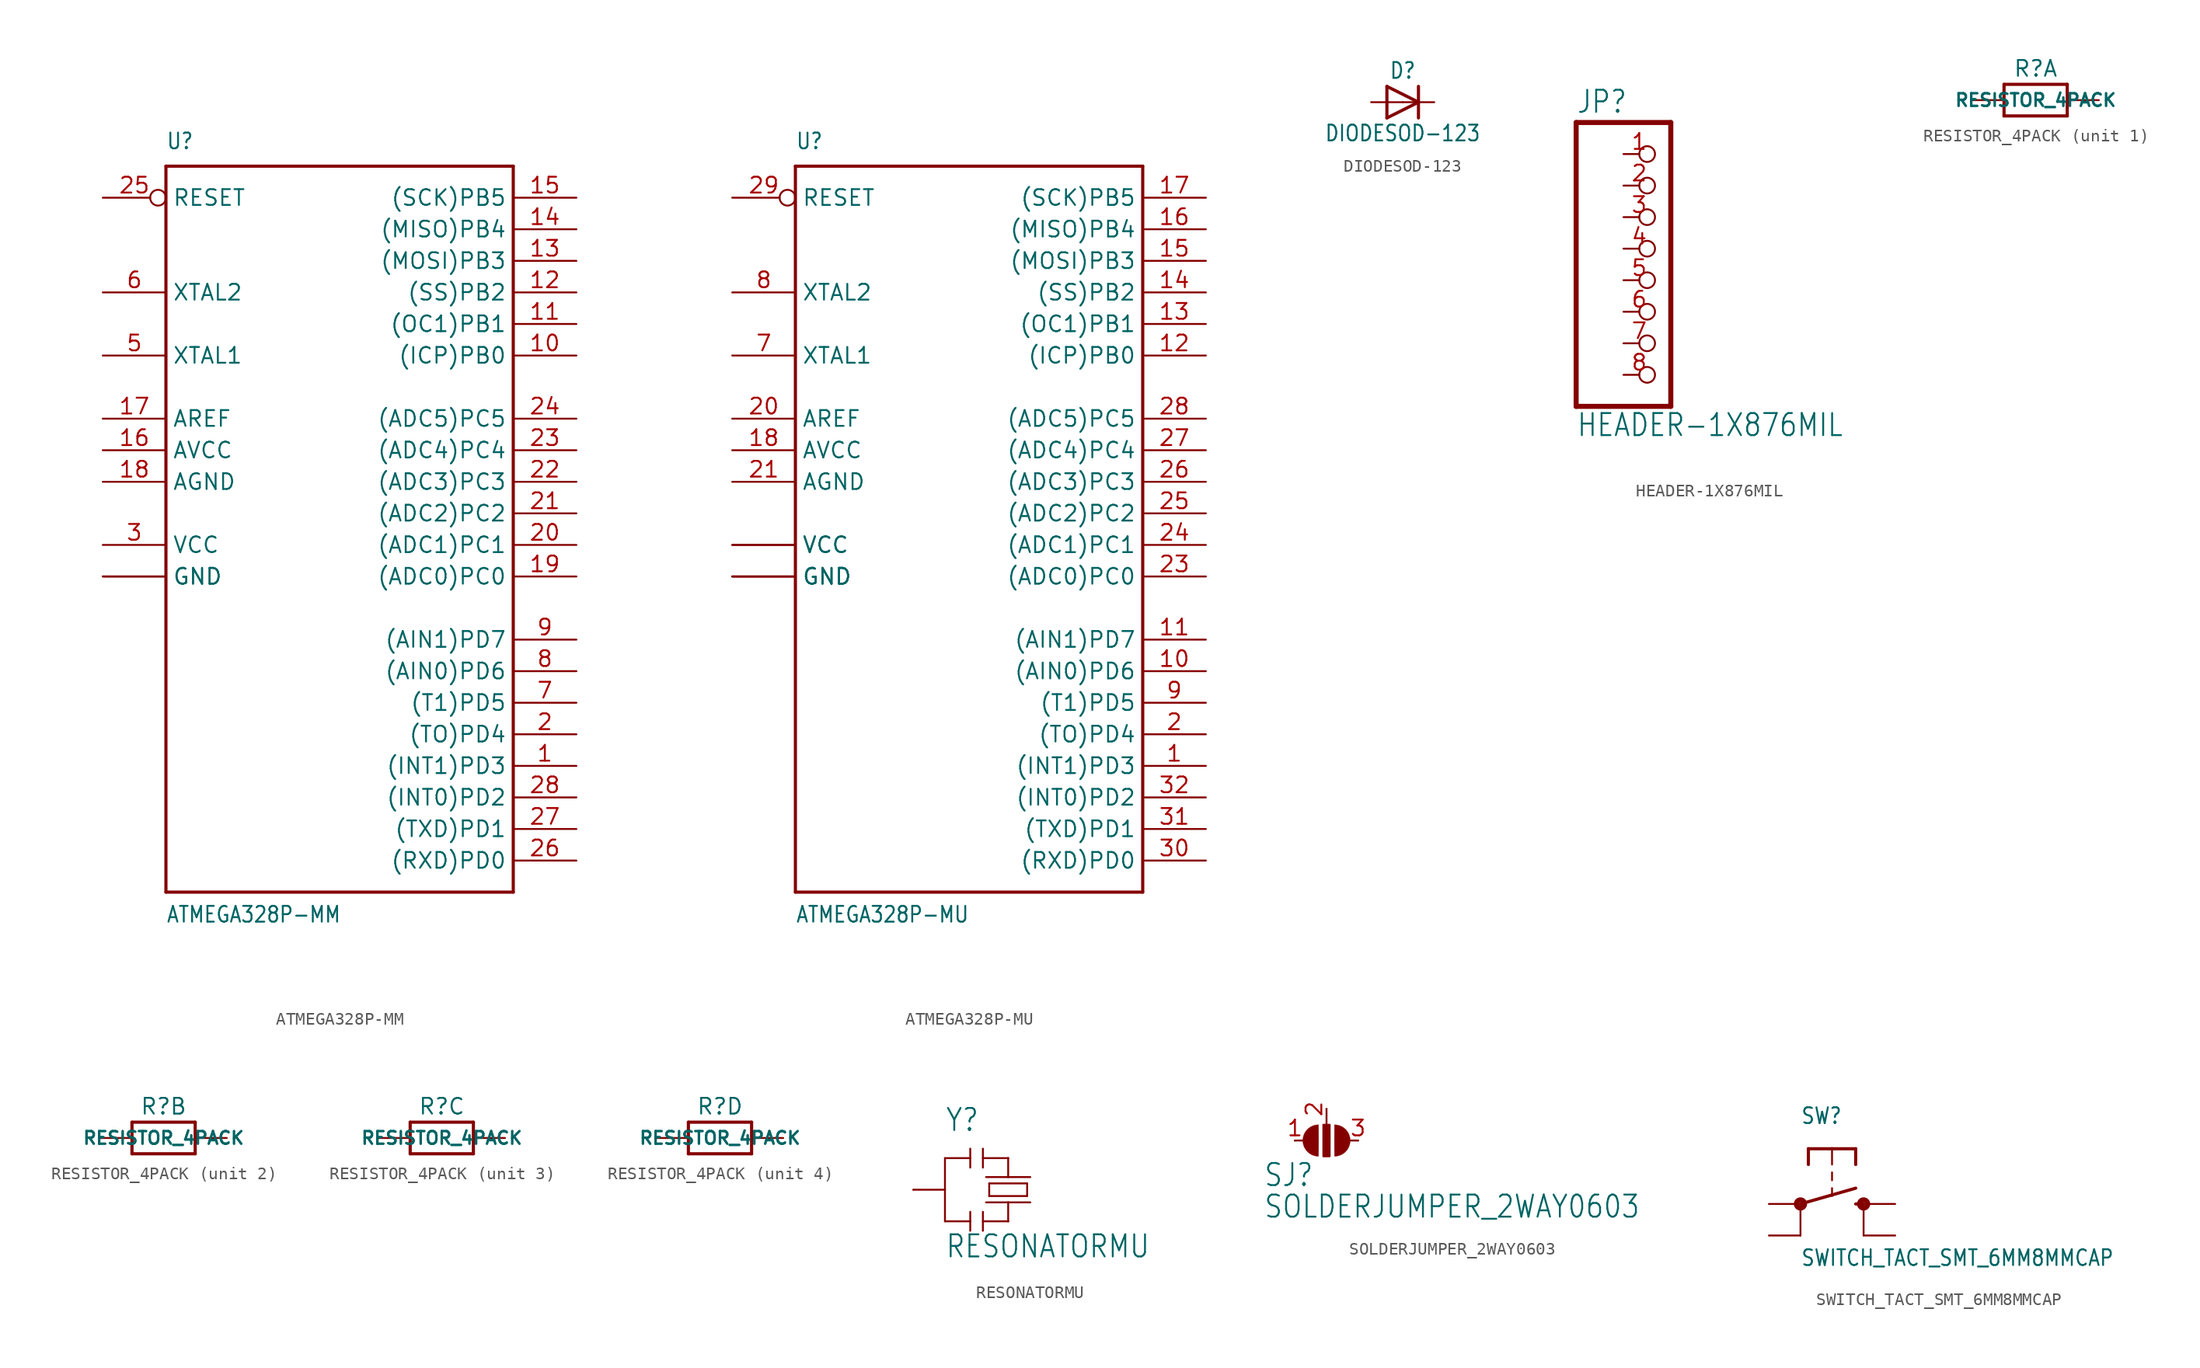
<source format=kicad_sym>
(kicad_symbol_lib
  (version 20211014)
  (generator kicad_symbol_editor)
  (symbol "ATMEGA328P-MM"
    (property "Reference" "U"
      (at -15.24 29.21 0)
      (effects (font (size 1.27 1.079)) (justify left bottom)))
    (property "Value" "ATMEGA328P-MM"
      (at -15.24 -33.02 0)
      (effects (font (size 1.27 1.079)) (justify left bottom)))
    (property "ki_locked" ""
      (at 0 0 0)
      (effects (font (size 1.27 1.27))))
    (symbol "ATMEGA328P-MM_1_0"
      (polyline (pts (xy -15.24 -30.48) (xy -15.24 27.94)) (stroke (width 0.254) (type default) (color 0 0 0 0)) (fill (type none)))
      (polyline (pts (xy -15.24 27.94) (xy 12.7 27.94)) (stroke (width 0.254) (type default) (color 0 0 0 0)) (fill (type none)))
      (polyline (pts (xy 12.7 -30.48) (xy -15.24 -30.48)) (stroke (width 0.254) (type default) (color 0 0 0 0)) (fill (type none)))
      (polyline (pts (xy 12.7 27.94) (xy 12.7 -30.48)) (stroke (width 0.254) (type default) (color 0 0 0 0)) (fill (type none)))
      (pin bidirectional line (at 17.78 -20.32 180) (length 5.08) (name "(INT1)PD3" (effects (font (size 1.27 1.27)))) (number "1" (effects (font (size 1.27 1.27)))))
      (pin bidirectional line (at 17.78 12.7 180) (length 5.08) (name "(ICP)PB0" (effects (font (size 1.27 1.27)))) (number "10" (effects (font (size 1.27 1.27)))))
      (pin bidirectional line (at 17.78 15.24 180) (length 5.08) (name "(OC1)PB1" (effects (font (size 1.27 1.27)))) (number "11" (effects (font (size 1.27 1.27)))))
      (pin bidirectional line (at 17.78 17.78 180) (length 5.08) (name "(SS)PB2" (effects (font (size 1.27 1.27)))) (number "12" (effects (font (size 1.27 1.27)))))
      (pin bidirectional line (at 17.78 20.32 180) (length 5.08) (name "(MOSI)PB3" (effects (font (size 1.27 1.27)))) (number "13" (effects (font (size 1.27 1.27)))))
      (pin bidirectional line (at 17.78 22.86 180) (length 5.08) (name "(MISO)PB4" (effects (font (size 1.27 1.27)))) (number "14" (effects (font (size 1.27 1.27)))))
      (pin bidirectional line (at 17.78 25.4 180) (length 5.08) (name "(SCK)PB5" (effects (font (size 1.27 1.27)))) (number "15" (effects (font (size 1.27 1.27)))))
      (pin power_in line (at -20.32 5.08 0) (length 5.08) (name "AVCC" (effects (font (size 1.27 1.27)))) (number "16" (effects (font (size 1.27 1.27)))))
      (pin power_in line (at -20.32 7.62 0) (length 5.08) (name "AREF" (effects (font (size 1.27 1.27)))) (number "17" (effects (font (size 1.27 1.27)))))
      (pin power_in line (at -20.32 2.54 0) (length 5.08) (name "AGND" (effects (font (size 1.27 1.27)))) (number "18" (effects (font (size 1.27 1.27)))))
      (pin bidirectional line (at 17.78 -5.08 180) (length 5.08) (name "(ADC0)PC0" (effects (font (size 1.27 1.27)))) (number "19" (effects (font (size 1.27 1.27)))))
      (pin bidirectional line (at 17.78 -17.78 180) (length 5.08) (name "(TO)PD4" (effects (font (size 1.27 1.27)))) (number "2" (effects (font (size 1.27 1.27)))))
      (pin bidirectional line (at 17.78 -2.54 180) (length 5.08) (name "(ADC1)PC1" (effects (font (size 1.27 1.27)))) (number "20" (effects (font (size 1.27 1.27)))))
      (pin bidirectional line (at 17.78 0 180) (length 5.08) (name "(ADC2)PC2" (effects (font (size 1.27 1.27)))) (number "21" (effects (font (size 1.27 1.27)))))
      (pin bidirectional line (at 17.78 2.54 180) (length 5.08) (name "(ADC3)PC3" (effects (font (size 1.27 1.27)))) (number "22" (effects (font (size 1.27 1.27)))))
      (pin bidirectional line (at 17.78 5.08 180) (length 5.08) (name "(ADC4)PC4" (effects (font (size 1.27 1.27)))) (number "23" (effects (font (size 1.27 1.27)))))
      (pin bidirectional line (at 17.78 7.62 180) (length 5.08) (name "(ADC5)PC5" (effects (font (size 1.27 1.27)))) (number "24" (effects (font (size 1.27 1.27)))))
      (pin bidirectional inverted (at -20.32 25.4 0) (length 5.08) (name "RESET" (effects (font (size 1.27 1.27)))) (number "25" (effects (font (size 1.27 1.27)))))
      (pin bidirectional line (at 17.78 -27.94 180) (length 5.08) (name "(RXD)PD0" (effects (font (size 1.27 1.27)))) (number "26" (effects (font (size 1.27 1.27)))))
      (pin bidirectional line (at 17.78 -25.4 180) (length 5.08) (name "(TXD)PD1" (effects (font (size 1.27 1.27)))) (number "27" (effects (font (size 1.27 1.27)))))
      (pin bidirectional line (at 17.78 -22.86 180) (length 5.08) (name "(INT0)PD2" (effects (font (size 1.27 1.27)))) (number "28" (effects (font (size 1.27 1.27)))))
      (pin power_in line (at -20.32 -5.08 0) (length 5.08) (name "GND" (effects (font (size 1.27 1.27)))) (number "29" (effects (font (size 0 0)))))
      (pin power_in line (at -20.32 -2.54 0) (length 5.08) (name "VCC" (effects (font (size 1.27 1.27)))) (number "3" (effects (font (size 1.27 1.27)))))
      (pin power_in line (at -20.32 -5.08 0) (length 5.08) (name "GND" (effects (font (size 1.27 1.27)))) (number "4" (effects (font (size 0 0)))))
      (pin bidirectional line (at -20.32 12.7 0) (length 5.08) (name "XTAL1" (effects (font (size 1.27 1.27)))) (number "5" (effects (font (size 1.27 1.27)))))
      (pin bidirectional line (at -20.32 17.78 0) (length 5.08) (name "XTAL2" (effects (font (size 1.27 1.27)))) (number "6" (effects (font (size 1.27 1.27)))))
      (pin bidirectional line (at 17.78 -15.24 180) (length 5.08) (name "(T1)PD5" (effects (font (size 1.27 1.27)))) (number "7" (effects (font (size 1.27 1.27)))))
      (pin bidirectional line (at 17.78 -12.7 180) (length 5.08) (name "(AIN0)PD6" (effects (font (size 1.27 1.27)))) (number "8" (effects (font (size 1.27 1.27)))))
      (pin bidirectional line (at 17.78 -10.16 180) (length 5.08) (name "(AIN1)PD7" (effects (font (size 1.27 1.27)))) (number "9" (effects (font (size 1.27 1.27)))))))
  (symbol "ATMEGA328P-MU"
    (property "Reference" "U"
      (at -15.24 29.21 0)
      (effects (font (size 1.27 1.079)) (justify left bottom)))
    (property "Value" "ATMEGA328P-MU"
      (at -15.24 -33.02 0)
      (effects (font (size 1.27 1.079)) (justify left bottom)))
    (property "ki_locked" ""
      (at 0 0 0)
      (effects (font (size 1.27 1.27))))
    (symbol "ATMEGA328P-MU_1_0"
      (polyline (pts (xy -15.24 -30.48) (xy -15.24 27.94)) (stroke (width 0.254) (type default) (color 0 0 0 0)) (fill (type none)))
      (polyline (pts (xy -15.24 27.94) (xy 12.7 27.94)) (stroke (width 0.254) (type default) (color 0 0 0 0)) (fill (type none)))
      (polyline (pts (xy 12.7 -30.48) (xy -15.24 -30.48)) (stroke (width 0.254) (type default) (color 0 0 0 0)) (fill (type none)))
      (polyline (pts (xy 12.7 27.94) (xy 12.7 -30.48)) (stroke (width 0.254) (type default) (color 0 0 0 0)) (fill (type none)))
      (pin bidirectional line (at 17.78 -20.32 180) (length 5.08) (name "(INT1)PD3" (effects (font (size 1.27 1.27)))) (number "1" (effects (font (size 1.27 1.27)))))
      (pin bidirectional line (at 17.78 -12.7 180) (length 5.08) (name "(AIN0)PD6" (effects (font (size 1.27 1.27)))) (number "10" (effects (font (size 1.27 1.27)))))
      (pin bidirectional line (at 17.78 -10.16 180) (length 5.08) (name "(AIN1)PD7" (effects (font (size 1.27 1.27)))) (number "11" (effects (font (size 1.27 1.27)))))
      (pin bidirectional line (at 17.78 12.7 180) (length 5.08) (name "(ICP)PB0" (effects (font (size 1.27 1.27)))) (number "12" (effects (font (size 1.27 1.27)))))
      (pin bidirectional line (at 17.78 15.24 180) (length 5.08) (name "(OC1)PB1" (effects (font (size 1.27 1.27)))) (number "13" (effects (font (size 1.27 1.27)))))
      (pin bidirectional line (at 17.78 17.78 180) (length 5.08) (name "(SS)PB2" (effects (font (size 1.27 1.27)))) (number "14" (effects (font (size 1.27 1.27)))))
      (pin bidirectional line (at 17.78 20.32 180) (length 5.08) (name "(MOSI)PB3" (effects (font (size 1.27 1.27)))) (number "15" (effects (font (size 1.27 1.27)))))
      (pin bidirectional line (at 17.78 22.86 180) (length 5.08) (name "(MISO)PB4" (effects (font (size 1.27 1.27)))) (number "16" (effects (font (size 1.27 1.27)))))
      (pin bidirectional line (at 17.78 25.4 180) (length 5.08) (name "(SCK)PB5" (effects (font (size 1.27 1.27)))) (number "17" (effects (font (size 1.27 1.27)))))
      (pin power_in line (at -20.32 5.08 0) (length 5.08) (name "AVCC" (effects (font (size 1.27 1.27)))) (number "18" (effects (font (size 1.27 1.27)))))
      (pin bidirectional line (at 17.78 -17.78 180) (length 5.08) (name "(TO)PD4" (effects (font (size 1.27 1.27)))) (number "2" (effects (font (size 1.27 1.27)))))
      (pin power_in line (at -20.32 7.62 0) (length 5.08) (name "AREF" (effects (font (size 1.27 1.27)))) (number "20" (effects (font (size 1.27 1.27)))))
      (pin power_in line (at -20.32 2.54 0) (length 5.08) (name "AGND" (effects (font (size 1.27 1.27)))) (number "21" (effects (font (size 1.27 1.27)))))
      (pin bidirectional line (at 17.78 -5.08 180) (length 5.08) (name "(ADC0)PC0" (effects (font (size 1.27 1.27)))) (number "23" (effects (font (size 1.27 1.27)))))
      (pin bidirectional line (at 17.78 -2.54 180) (length 5.08) (name "(ADC1)PC1" (effects (font (size 1.27 1.27)))) (number "24" (effects (font (size 1.27 1.27)))))
      (pin bidirectional line (at 17.78 0 180) (length 5.08) (name "(ADC2)PC2" (effects (font (size 1.27 1.27)))) (number "25" (effects (font (size 1.27 1.27)))))
      (pin bidirectional line (at 17.78 2.54 180) (length 5.08) (name "(ADC3)PC3" (effects (font (size 1.27 1.27)))) (number "26" (effects (font (size 1.27 1.27)))))
      (pin bidirectional line (at 17.78 5.08 180) (length 5.08) (name "(ADC4)PC4" (effects (font (size 1.27 1.27)))) (number "27" (effects (font (size 1.27 1.27)))))
      (pin bidirectional line (at 17.78 7.62 180) (length 5.08) (name "(ADC5)PC5" (effects (font (size 1.27 1.27)))) (number "28" (effects (font (size 1.27 1.27)))))
      (pin bidirectional inverted (at -20.32 25.4 0) (length 5.08) (name "RESET" (effects (font (size 1.27 1.27)))) (number "29" (effects (font (size 1.27 1.27)))))
      (pin power_in line (at -20.32 -5.08 0) (length 5.08) (name "GND" (effects (font (size 1.27 1.27)))) (number "3" (effects (font (size 0 0)))))
      (pin bidirectional line (at 17.78 -27.94 180) (length 5.08) (name "(RXD)PD0" (effects (font (size 1.27 1.27)))) (number "30" (effects (font (size 1.27 1.27)))))
      (pin bidirectional line (at 17.78 -25.4 180) (length 5.08) (name "(TXD)PD1" (effects (font (size 1.27 1.27)))) (number "31" (effects (font (size 1.27 1.27)))))
      (pin bidirectional line (at 17.78 -22.86 180) (length 5.08) (name "(INT0)PD2" (effects (font (size 1.27 1.27)))) (number "32" (effects (font (size 1.27 1.27)))))
      (pin power_in line (at -20.32 -2.54 0) (length 5.08) (name "VCC" (effects (font (size 1.27 1.27)))) (number "4" (effects (font (size 0 0)))))
      (pin power_in line (at -20.32 -5.08 0) (length 5.08) (name "GND" (effects (font (size 1.27 1.27)))) (number "5" (effects (font (size 0 0)))))
      (pin power_in line (at -20.32 -2.54 0) (length 5.08) (name "VCC" (effects (font (size 1.27 1.27)))) (number "6" (effects (font (size 0 0)))))
      (pin bidirectional line (at -20.32 12.7 0) (length 5.08) (name "XTAL1" (effects (font (size 1.27 1.27)))) (number "7" (effects (font (size 1.27 1.27)))))
      (pin bidirectional line (at -20.32 17.78 0) (length 5.08) (name "XTAL2" (effects (font (size 1.27 1.27)))) (number "8" (effects (font (size 1.27 1.27)))))
      (pin bidirectional line (at 17.78 -15.24 180) (length 5.08) (name "(T1)PD5" (effects (font (size 1.27 1.27)))) (number "9" (effects (font (size 1.27 1.27)))))
      (pin power_in line (at -20.32 -5.08 0) (length 5.08) (name "GND" (effects (font (size 1.27 1.27)))) (number "TH" (effects (font (size 0 0)))))))
  (symbol "DIODESOD-123"
    (property "Reference" "D"
      (at 0 2.54 0)
      (effects (font (size 1.27 1.079))))
    (property "Value" "DIODESOD-123"
      (at 0 -2.5 0)
      (effects (font (size 1.27 1.079))))
    (property "ki_locked" ""
      (at 0 0 0)
      (effects (font (size 1.27 1.27))))
    (symbol "DIODESOD-123_1_0"
      (polyline (pts (xy -1.27 -1.27) (xy 1.27 0)) (stroke (width 0.254) (type default) (color 0 0 0 0)) (fill (type none)))
      (polyline (pts (xy -1.27 1.27) (xy -1.27 -1.27)) (stroke (width 0.254) (type default) (color 0 0 0 0)) (fill (type none)))
      (polyline (pts (xy 1.27 0) (xy -1.27 1.27)) (stroke (width 0.254) (type default) (color 0 0 0 0)) (fill (type none)))
      (polyline (pts (xy 1.27 0) (xy 1.27 -1.27)) (stroke (width 0.254) (type default) (color 0 0 0 0)) (fill (type none)))
      (polyline (pts (xy 1.27 1.27) (xy 1.27 0)) (stroke (width 0.254) (type default) (color 0 0 0 0)) (fill (type none)))
      (pin passive line (at -2.54 0 0) (length 2.54) (name "A" (effects (font (size 0 0)))) (number "A" (effects (font (size 0 0)))))
      (pin passive line (at 2.54 0 180) (length 2.54) (name "C" (effects (font (size 0 0)))) (number "C" (effects (font (size 0 0)))))))
  (symbol "HEADER-1X876MIL"
    (property "Reference" "JP"
      (at -6.35 13.335 0)
      (effects (font (size 1.778 1.511)) (justify left bottom)))
    (property "Value" "HEADER-1X876MIL"
      (at -6.35 -12.7 0)
      (effects (font (size 1.778 1.511)) (justify left bottom)))
    (property "ki_locked" ""
      (at 0 0 0)
      (effects (font (size 1.27 1.27))))
    (symbol "HEADER-1X876MIL_1_0"
      (polyline (pts (xy -6.35 -10.16) (xy 1.27 -10.16)) (stroke (width 0.406) (type default) (color 0 0 0 0)) (fill (type none)))
      (polyline (pts (xy -6.35 12.7) (xy -6.35 -10.16)) (stroke (width 0.406) (type default) (color 0 0 0 0)) (fill (type none)))
      (polyline (pts (xy 1.27 -10.16) (xy 1.27 12.7)) (stroke (width 0.406) (type default) (color 0 0 0 0)) (fill (type none)))
      (polyline (pts (xy 1.27 12.7) (xy -6.35 12.7)) (stroke (width 0.406) (type default) (color 0 0 0 0)) (fill (type none)))
      (pin passive inverted (at -2.54 10.16 0) (length 2.54) (name "1" (effects (font (size 0 0)))) (number "1" (effects (font (size 1.27 1.27)))))
      (pin passive inverted (at -2.54 7.62 0) (length 2.54) (name "2" (effects (font (size 0 0)))) (number "2" (effects (font (size 1.27 1.27)))))
      (pin passive inverted (at -2.54 5.08 0) (length 2.54) (name "3" (effects (font (size 0 0)))) (number "3" (effects (font (size 1.27 1.27)))))
      (pin passive inverted (at -2.54 2.54 0) (length 2.54) (name "4" (effects (font (size 0 0)))) (number "4" (effects (font (size 1.27 1.27)))))
      (pin passive inverted (at -2.54 0 0) (length 2.54) (name "5" (effects (font (size 0 0)))) (number "5" (effects (font (size 1.27 1.27)))))
      (pin passive inverted (at -2.54 -2.54 0) (length 2.54) (name "6" (effects (font (size 0 0)))) (number "6" (effects (font (size 1.27 1.27)))))
      (pin passive inverted (at -2.54 -5.08 0) (length 2.54) (name "7" (effects (font (size 0 0)))) (number "7" (effects (font (size 1.27 1.27)))))
      (pin passive inverted (at -2.54 -7.62 0) (length 2.54) (name "8" (effects (font (size 0 0)))) (number "8" (effects (font (size 1.27 1.27)))))))
  (symbol "RESISTOR_4PACK"
    (property "Reference" "R"
      (at 0 2.54 0)
      (effects (font (size 1.27 1.27))))
    (property "Value" "RESISTOR_4PACK"
      (at 0 0 0)
      (effects (font (size 1.016 1.016) bold)))
    (property "ki_locked" ""
      (at 0 0 0)
      (effects (font (size 1.27 1.27))))
    (symbol "RESISTOR_4PACK_1_0"
      (polyline (pts (xy -2.54 -1.27) (xy -2.54 1.27)) (stroke (width 0.254) (type default) (color 0 0 0 0)) (fill (type none)))
      (polyline (pts (xy -2.54 1.27) (xy 2.54 1.27)) (stroke (width 0.254) (type default) (color 0 0 0 0)) (fill (type none)))
      (polyline (pts (xy 2.54 -1.27) (xy -2.54 -1.27)) (stroke (width 0.254) (type default) (color 0 0 0 0)) (fill (type none)))
      (polyline (pts (xy 2.54 1.27) (xy 2.54 -1.27)) (stroke (width 0.254) (type default) (color 0 0 0 0)) (fill (type none)))
      (pin passive line (at -5.08 0 0) (length 2.54) (name "1" (effects (font (size 0 0)))) (number "1" (effects (font (size 0 0)))))
      (pin passive line (at 5.08 0 180) (length 2.54) (name "2" (effects (font (size 0 0)))) (number "8" (effects (font (size 0 0))))))
    (symbol "RESISTOR_4PACK_2_0"
      (polyline (pts (xy -2.54 -1.27) (xy -2.54 1.27)) (stroke (width 0.254) (type default) (color 0 0 0 0)) (fill (type none)))
      (polyline (pts (xy -2.54 1.27) (xy 2.54 1.27)) (stroke (width 0.254) (type default) (color 0 0 0 0)) (fill (type none)))
      (polyline (pts (xy 2.54 -1.27) (xy -2.54 -1.27)) (stroke (width 0.254) (type default) (color 0 0 0 0)) (fill (type none)))
      (polyline (pts (xy 2.54 1.27) (xy 2.54 -1.27)) (stroke (width 0.254) (type default) (color 0 0 0 0)) (fill (type none)))
      (pin passive line (at -5.08 0 0) (length 2.54) (name "1" (effects (font (size 0 0)))) (number "2" (effects (font (size 0 0)))))
      (pin passive line (at 5.08 0 180) (length 2.54) (name "2" (effects (font (size 0 0)))) (number "7" (effects (font (size 0 0))))))
    (symbol "RESISTOR_4PACK_3_0"
      (polyline (pts (xy -2.54 -1.27) (xy -2.54 1.27)) (stroke (width 0.254) (type default) (color 0 0 0 0)) (fill (type none)))
      (polyline (pts (xy -2.54 1.27) (xy 2.54 1.27)) (stroke (width 0.254) (type default) (color 0 0 0 0)) (fill (type none)))
      (polyline (pts (xy 2.54 -1.27) (xy -2.54 -1.27)) (stroke (width 0.254) (type default) (color 0 0 0 0)) (fill (type none)))
      (polyline (pts (xy 2.54 1.27) (xy 2.54 -1.27)) (stroke (width 0.254) (type default) (color 0 0 0 0)) (fill (type none)))
      (pin passive line (at -5.08 0 0) (length 2.54) (name "1" (effects (font (size 0 0)))) (number "3" (effects (font (size 0 0)))))
      (pin passive line (at 5.08 0 180) (length 2.54) (name "2" (effects (font (size 0 0)))) (number "6" (effects (font (size 0 0))))))
    (symbol "RESISTOR_4PACK_4_0"
      (polyline (pts (xy -2.54 -1.27) (xy -2.54 1.27)) (stroke (width 0.254) (type default) (color 0 0 0 0)) (fill (type none)))
      (polyline (pts (xy -2.54 1.27) (xy 2.54 1.27)) (stroke (width 0.254) (type default) (color 0 0 0 0)) (fill (type none)))
      (polyline (pts (xy 2.54 -1.27) (xy -2.54 -1.27)) (stroke (width 0.254) (type default) (color 0 0 0 0)) (fill (type none)))
      (polyline (pts (xy 2.54 1.27) (xy 2.54 -1.27)) (stroke (width 0.254) (type default) (color 0 0 0 0)) (fill (type none)))
      (pin passive line (at -5.08 0 0) (length 2.54) (name "1" (effects (font (size 0 0)))) (number "4" (effects (font (size 0 0)))))
      (pin passive line (at 5.08 0 180) (length 2.54) (name "2" (effects (font (size 0 0)))) (number "5" (effects (font (size 0 0)))))))
  (symbol "RESONATORMU"
    (property "Reference" "Y"
      (at -5.08 4.572 0)
      (effects (font (size 1.778 1.511)) (justify left bottom)))
    (property "Value" "RESONATORMU"
      (at -5.08 -5.588 0)
      (effects (font (size 1.778 1.511)) (justify left bottom)))
    (property "ki_locked" ""
      (at 0 0 0)
      (effects (font (size 1.27 1.27))))
    (symbol "RESONATORMU_1_0"
      (polyline (pts (xy -5.08 -2.54) (xy -3.048 -2.54)) (stroke (width 0.152) (type default) (color 0 0 0 0)) (fill (type none)))
      (polyline (pts (xy -5.08 0) (xy -7.62 0)) (stroke (width 0.152) (type default) (color 0 0 0 0)) (fill (type none)))
      (polyline (pts (xy -5.08 0) (xy -5.08 -2.54)) (stroke (width 0.152) (type default) (color 0 0 0 0)) (fill (type none)))
      (polyline (pts (xy -5.08 2.54) (xy -5.08 0)) (stroke (width 0.152) (type default) (color 0 0 0 0)) (fill (type none)))
      (polyline (pts (xy -3.048 -2.54) (xy -3.048 -3.302)) (stroke (width 0.152) (type default) (color 0 0 0 0)) (fill (type none)))
      (polyline (pts (xy -3.048 -1.778) (xy -3.048 -2.54)) (stroke (width 0.152) (type default) (color 0 0 0 0)) (fill (type none)))
      (polyline (pts (xy -3.048 2.54) (xy -5.08 2.54)) (stroke (width 0.152) (type default) (color 0 0 0 0)) (fill (type none)))
      (polyline (pts (xy -3.048 2.54) (xy -3.048 1.778)) (stroke (width 0.152) (type default) (color 0 0 0 0)) (fill (type none)))
      (polyline (pts (xy -3.048 3.302) (xy -3.048 2.54)) (stroke (width 0.152) (type default) (color 0 0 0 0)) (fill (type none)))
      (polyline (pts (xy -2.032 -1.778) (xy -2.032 -3.302)) (stroke (width 0.152) (type default) (color 0 0 0 0)) (fill (type none)))
      (polyline (pts (xy -2.032 3.302) (xy -2.032 1.778)) (stroke (width 0.152) (type default) (color 0 0 0 0)) (fill (type none)))
      (polyline (pts (xy -1.778 -1.016) (xy 0 -1.016)) (stroke (width 0.152) (type default) (color 0 0 0 0)) (fill (type none)))
      (polyline (pts (xy -1.778 1.016) (xy 0 1.016)) (stroke (width 0.152) (type default) (color 0 0 0 0)) (fill (type none)))
      (polyline (pts (xy -1.524 -0.508) (xy 1.524 -0.508)) (stroke (width 0.152) (type default) (color 0 0 0 0)) (fill (type none)))
      (polyline (pts (xy -1.524 0.508) (xy -1.524 -0.508)) (stroke (width 0.152) (type default) (color 0 0 0 0)) (fill (type none)))
      (polyline (pts (xy 0 -2.54) (xy -2.032 -2.54)) (stroke (width 0.152) (type default) (color 0 0 0 0)) (fill (type none)))
      (polyline (pts (xy 0 -1.016) (xy 0 -2.54)) (stroke (width 0.152) (type default) (color 0 0 0 0)) (fill (type none)))
      (polyline (pts (xy 0 -1.016) (xy 1.778 -1.016)) (stroke (width 0.152) (type default) (color 0 0 0 0)) (fill (type none)))
      (polyline (pts (xy 0 1.016) (xy 0 2.54)) (stroke (width 0.152) (type default) (color 0 0 0 0)) (fill (type none)))
      (polyline (pts (xy 0 1.016) (xy 1.778 1.016)) (stroke (width 0.152) (type default) (color 0 0 0 0)) (fill (type none)))
      (polyline (pts (xy 0 2.54) (xy -2.032 2.54)) (stroke (width 0.152) (type default) (color 0 0 0 0)) (fill (type none)))
      (polyline (pts (xy 1.524 -0.508) (xy 1.524 0.508)) (stroke (width 0.152) (type default) (color 0 0 0 0)) (fill (type none)))
      (polyline (pts (xy 1.524 0.508) (xy -1.524 0.508)) (stroke (width 0.152) (type default) (color 0 0 0 0)) (fill (type none)))
      (pin passive line (at 0 2.54 180) (length 0) (name "1" (effects (font (size 0 0)))) (number "1" (effects (font (size 0 0)))))
      (pin passive line (at -7.62 0 0) (length 0) (name "2" (effects (font (size 0 0)))) (number "2" (effects (font (size 0 0)))))
      (pin passive line (at 0 -2.54 180) (length 0) (name "3" (effects (font (size 0 0)))) (number "3" (effects (font (size 0 0)))))))
  (symbol "SOLDERJUMPER_2WAY0603"
    (property "Reference" "SJ"
      (at -5.08 -3.81 0)
      (effects (font (size 1.778 1.511)) (justify left bottom)))
    (property "Value" "SOLDERJUMPER_2WAY0603"
      (at -5.08 -6.35 0)
      (effects (font (size 1.778 1.511)) (justify left bottom)))
    (property "ki_locked" ""
      (at 0 0 0)
      (effects (font (size 1.27 1.27))))
    (symbol "SOLDERJUMPER_2WAY0603_1_0"
      (arc (start -0.635 1.27) (mid -1.905 0) (end -0.635 -1.27) (stroke (width 0.0001) (type default) (color 0 0 0 0)) (fill (type outline)))
      (rectangle (start -0.254 -1.27) (end 0.254 1.27) (stroke (width 0) (type default) (color 0 0 0 0)) (fill (type outline)))
      (polyline (pts (xy -2.54 0) (xy -1.651 0)) (stroke (width 0.152) (type default) (color 0 0 0 0)) (fill (type none)))
      (polyline (pts (xy 0 2.54) (xy 0 0.381)) (stroke (width 0.152) (type default) (color 0 0 0 0)) (fill (type none)))
      (polyline (pts (xy 2.54 0) (xy 1.651 0)) (stroke (width 0.152) (type default) (color 0 0 0 0)) (fill (type none)))
      (arc (start 0.635 -1.27) (mid 1.905 0) (end 0.635 1.27) (stroke (width 0.0001) (type default) (color 0 0 0 0)) (fill (type outline)))
      (pin passive line (at -2.54 0 0) (length 0) (name "1" (effects (font (size 0 0)))) (number "1" (effects (font (size 1.27 1.27)))))
      (pin passive line (at 0 2.54 270) (length 0) (name "2" (effects (font (size 0 0)))) (number "2" (effects (font (size 1.27 1.27)))))
      (pin passive line (at 2.54 0 180) (length 0) (name "3" (effects (font (size 0 0)))) (number "3" (effects (font (size 1.27 1.27)))))))
  (symbol "SWITCH_TACT_SMT_6MM8MMCAP"
    (property "Reference" "SW"
      (at -2.54 6.35 0)
      (effects (font (size 1.27 1.079)) (justify left bottom)))
    (property "Value" "SWITCH_TACT_SMT_6MM8MMCAP"
      (at -2.54 -5.08 0)
      (effects (font (size 1.27 1.079)) (justify left bottom)))
    (property "ki_locked" ""
      (at 0 0 0)
      (effects (font (size 1.27 1.27))))
    (symbol "SWITCH_TACT_SMT_6MM8MMCAP_1_0"
      (circle (center -2.54 0) (radius 0.127) (stroke (width 0.406) (type default) (color 0 0 0 0)) (fill (type none)))
      (polyline (pts (xy -2.54 -2.54) (xy -2.54 0)) (stroke (width 0.152) (type default) (color 0 0 0 0)) (fill (type none)))
      (polyline (pts (xy -2.54 0) (xy 1.905 1.27)) (stroke (width 0.254) (type default) (color 0 0 0 0)) (fill (type none)))
      (polyline (pts (xy -1.905 4.445) (xy -1.905 3.175)) (stroke (width 0.254) (type default) (color 0 0 0 0)) (fill (type none)))
      (polyline (pts (xy 0 1.27) (xy 0 0.635)) (stroke (width 0.152) (type default) (color 0 0 0 0)) (fill (type none)))
      (polyline (pts (xy 0 2.54) (xy 0 1.905)) (stroke (width 0.152) (type default) (color 0 0 0 0)) (fill (type none)))
      (polyline (pts (xy 0 4.445) (xy -1.905 4.445)) (stroke (width 0.254) (type default) (color 0 0 0 0)) (fill (type none)))
      (polyline (pts (xy 0 4.445) (xy 0 3.175)) (stroke (width 0.152) (type default) (color 0 0 0 0)) (fill (type none)))
      (polyline (pts (xy 1.905 0) (xy 2.54 0)) (stroke (width 0.254) (type default) (color 0 0 0 0)) (fill (type none)))
      (polyline (pts (xy 1.905 4.445) (xy 0 4.445)) (stroke (width 0.254) (type default) (color 0 0 0 0)) (fill (type none)))
      (polyline (pts (xy 1.905 4.445) (xy 1.905 3.175)) (stroke (width 0.254) (type default) (color 0 0 0 0)) (fill (type none)))
      (polyline (pts (xy 2.54 -2.54) (xy 2.54 0)) (stroke (width 0.152) (type default) (color 0 0 0 0)) (fill (type none)))
      (circle (center 2.54 0) (radius 0.127) (stroke (width 0.406) (type default) (color 0 0 0 0)) (fill (type none)))
      (pin passive line (at -5.08 0 0) (length 2.54) (name "P" (effects (font (size 0 0)))) (number "A" (effects (font (size 0 0)))))
      (pin passive line (at -5.08 -2.54 0) (length 2.54) (name "P1" (effects (font (size 0 0)))) (number "A'" (effects (font (size 0 0)))))
      (pin passive line (at 5.08 0 180) (length 2.54) (name "S" (effects (font (size 0 0)))) (number "B" (effects (font (size 0 0)))))
      (pin passive line (at 5.08 -2.54 180) (length 2.54) (name "S1" (effects (font (size 0 0)))) (number "B'" (effects (font (size 0 0))))))))
</source>
